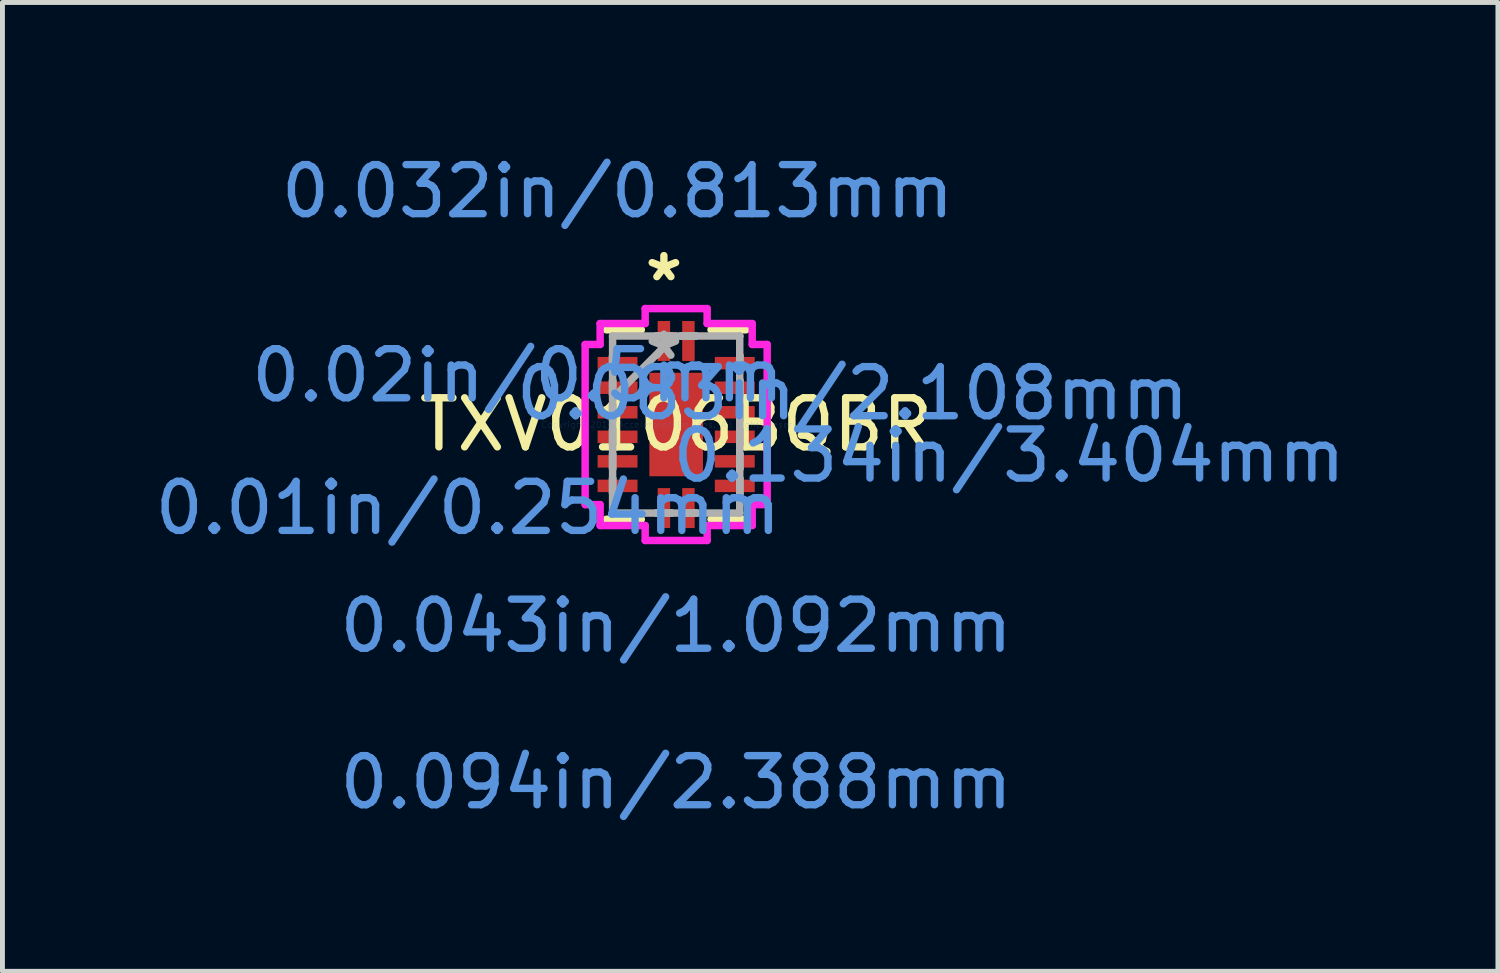
<source format=kicad_pcb>
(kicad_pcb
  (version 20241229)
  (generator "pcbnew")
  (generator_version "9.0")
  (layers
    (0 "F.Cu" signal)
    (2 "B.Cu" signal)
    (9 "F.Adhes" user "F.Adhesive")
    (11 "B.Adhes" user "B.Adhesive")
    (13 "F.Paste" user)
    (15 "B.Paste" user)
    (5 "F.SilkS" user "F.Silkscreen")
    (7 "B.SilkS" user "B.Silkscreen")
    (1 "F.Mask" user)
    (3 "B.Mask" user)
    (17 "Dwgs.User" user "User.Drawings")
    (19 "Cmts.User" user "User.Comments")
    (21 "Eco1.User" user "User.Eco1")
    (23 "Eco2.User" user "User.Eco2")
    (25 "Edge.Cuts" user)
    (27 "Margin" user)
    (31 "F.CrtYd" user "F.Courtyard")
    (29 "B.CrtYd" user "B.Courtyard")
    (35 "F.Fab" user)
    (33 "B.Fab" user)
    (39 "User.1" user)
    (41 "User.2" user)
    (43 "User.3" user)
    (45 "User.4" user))
  (footprint "TXV0106BQBR"
    (layer "F.Cu")
    (at 10.724 5.598)
    (property "Reference" "TXV0106BQBR" (at 0 0 0) (layer "F.SilkS") (effects (font (size 1 1) (thickness 0.15))))
    (attr through_hole)
    (fp_line (start -1.422 1.93) (end -0.71 1.93) (stroke (width 0.152) (type solid)) (layer "F.SilkS"))
    (fp_line (start -0.71 -1.93) (end -1.422 -1.93) (stroke (width 0.152) (type solid)) (layer "F.SilkS"))
    (fp_line (start 0.71 1.93) (end 1.422 1.93) (stroke (width 0.152) (type solid)) (layer "F.SilkS"))
    (fp_line (start 1.422 -1.93) (end 0.71 -1.93) (stroke (width 0.152) (type solid)) (layer "F.SilkS"))
    (fp_line (start -1.854 -1.631) (end -1.549 -1.631) (stroke (width 0.152) (type solid)) (layer "F.CrtYd"))
    (fp_line (start -1.854 1.631) (end -1.854 -1.631) (stroke (width 0.152) (type solid)) (layer "F.CrtYd"))
    (fp_line (start -1.549 -2.057) (end -0.631 -2.057) (stroke (width 0.152) (type solid)) (layer "F.CrtYd"))
    (fp_line (start -1.549 -1.631) (end -1.549 -2.057) (stroke (width 0.152) (type solid)) (layer "F.CrtYd"))
    (fp_line (start -1.549 1.631) (end -1.854 1.631) (stroke (width 0.152) (type solid)) (layer "F.CrtYd"))
    (fp_line (start -1.549 2.057) (end -1.549 1.631) (stroke (width 0.152) (type solid)) (layer "F.CrtYd"))
    (fp_line (start -0.631 -2.362) (end 0.631 -2.362) (stroke (width 0.152) (type solid)) (layer "F.CrtYd"))
    (fp_line (start -0.631 -2.057) (end -0.631 -2.362) (stroke (width 0.152) (type solid)) (layer "F.CrtYd"))
    (fp_line (start -0.631 2.057) (end -1.549 2.057) (stroke (width 0.152) (type solid)) (layer "F.CrtYd"))
    (fp_line (start -0.631 2.362) (end -0.631 2.057) (stroke (width 0.152) (type solid)) (layer "F.CrtYd"))
    (fp_line (start 0.631 -2.362) (end 0.631 -2.057) (stroke (width 0.152) (type solid)) (layer "F.CrtYd"))
    (fp_line (start 0.631 -2.057) (end 1.549 -2.057) (stroke (width 0.152) (type solid)) (layer "F.CrtYd"))
    (fp_line (start 0.631 2.057) (end 0.631 2.362) (stroke (width 0.152) (type solid)) (layer "F.CrtYd"))
    (fp_line (start 0.631 2.362) (end -0.631 2.362) (stroke (width 0.152) (type solid)) (layer "F.CrtYd"))
    (fp_line (start 1.549 -2.057) (end 1.549 -1.631) (stroke (width 0.152) (type solid)) (layer "F.CrtYd"))
    (fp_line (start 1.549 -1.631) (end 1.854 -1.631) (stroke (width 0.152) (type solid)) (layer "F.CrtYd"))
    (fp_line (start 1.549 1.631) (end 1.549 2.057) (stroke (width 0.152) (type solid)) (layer "F.CrtYd"))
    (fp_line (start 1.549 2.057) (end 0.631 2.057) (stroke (width 0.152) (type solid)) (layer "F.CrtYd"))
    (fp_line (start 1.854 -1.631) (end 1.854 1.631) (stroke (width 0.152) (type solid)) (layer "F.CrtYd"))
    (fp_line (start 1.854 1.631) (end 1.549 1.631) (stroke (width 0.152) (type solid)) (layer "F.CrtYd"))
    (fp_line (start -1.295 -1.803) (end -1.295 -1.803) (stroke (width 0.152) (type solid)) (layer "F.Fab"))
    (fp_line (start -1.295 -1.803) (end -1.295 1.803) (stroke (width 0.152) (type solid)) (layer "F.Fab"))
    (fp_line (start -1.295 -1.403) (end -1.295 -1.403) (stroke (width 0.152) (type solid)) (layer "F.Fab"))
    (fp_line (start -1.295 -1.403) (end -1.295 -1.098) (stroke (width 0.152) (type solid)) (layer "F.Fab"))
    (fp_line (start -1.295 -1.098) (end -1.295 -1.403) (stroke (width 0.152) (type solid)) (layer "F.Fab"))
    (fp_line (start -1.295 -1.098) (end -1.295 -1.098) (stroke (width 0.152) (type solid)) (layer "F.Fab"))
    (fp_line (start -1.295 -0.903) (end -1.295 -0.903) (stroke (width 0.152) (type solid)) (layer "F.Fab"))
    (fp_line (start -1.295 -0.903) (end -1.295 -0.598) (stroke (width 0.152) (type solid)) (layer "F.Fab"))
    (fp_line (start -1.295 -0.598) (end -1.295 -0.903) (stroke (width 0.152) (type solid)) (layer "F.Fab"))
    (fp_line (start -1.295 -0.598) (end -1.295 -0.598) (stroke (width 0.152) (type solid)) (layer "F.Fab"))
    (fp_line (start -1.295 -0.533) (end -0.025 -1.803) (stroke (width 0.152) (type solid)) (layer "F.Fab"))
    (fp_line (start -1.295 -0.402) (end -1.295 -0.402) (stroke (width 0.152) (type solid)) (layer "F.Fab"))
    (fp_line (start -1.295 -0.402) (end -1.295 -0.098) (stroke (width 0.152) (type solid)) (layer "F.Fab"))
    (fp_line (start -1.295 -0.098) (end -1.295 -0.402) (stroke (width 0.152) (type solid)) (layer "F.Fab"))
    (fp_line (start -1.295 -0.098) (end -1.295 -0.098) (stroke (width 0.152) (type solid)) (layer "F.Fab"))
    (fp_line (start -1.295 0.098) (end -1.295 0.098) (stroke (width 0.152) (type solid)) (layer "F.Fab"))
    (fp_line (start -1.295 0.098) (end -1.295 0.402) (stroke (width 0.152) (type solid)) (layer "F.Fab"))
    (fp_line (start -1.295 0.402) (end -1.295 0.098) (stroke (width 0.152) (type solid)) (layer "F.Fab"))
    (fp_line (start -1.295 0.402) (end -1.295 0.402) (stroke (width 0.152) (type solid)) (layer "F.Fab"))
    (fp_line (start -1.295 0.598) (end -1.295 0.598) (stroke (width 0.152) (type solid)) (layer "F.Fab"))
    (fp_line (start -1.295 0.598) (end -1.295 0.903) (stroke (width 0.152) (type solid)) (layer "F.Fab"))
    (fp_line (start -1.295 0.903) (end -1.295 0.598) (stroke (width 0.152) (type solid)) (layer "F.Fab"))
    (fp_line (start -1.295 0.903) (end -1.295 0.903) (stroke (width 0.152) (type solid)) (layer "F.Fab"))
    (fp_line (start -1.295 1.098) (end -1.295 1.098) (stroke (width 0.152) (type solid)) (layer "F.Fab"))
    (fp_line (start -1.295 1.098) (end -1.295 1.403) (stroke (width 0.152) (type solid)) (layer "F.Fab"))
    (fp_line (start -1.295 1.403) (end -1.295 1.098) (stroke (width 0.152) (type solid)) (layer "F.Fab"))
    (fp_line (start -1.295 1.403) (end -1.295 1.403) (stroke (width 0.152) (type solid)) (layer "F.Fab"))
    (fp_line (start -1.295 1.803) (end -1.295 1.803) (stroke (width 0.152) (type solid)) (layer "F.Fab"))
    (fp_line (start -1.295 1.803) (end 1.295 1.803) (stroke (width 0.152) (type solid)) (layer "F.Fab"))
    (fp_line (start -0.402 -1.803) (end -0.402 -1.803) (stroke (width 0.152) (type solid)) (layer "F.Fab"))
    (fp_line (start -0.402 -1.803) (end -0.098 -1.803) (stroke (width 0.152) (type solid)) (layer "F.Fab"))
    (fp_line (start -0.402 1.803) (end -0.402 1.803) (stroke (width 0.152) (type solid)) (layer "F.Fab"))
    (fp_line (start -0.402 1.803) (end -0.098 1.803) (stroke (width 0.152) (type solid)) (layer "F.Fab"))
    (fp_line (start -0.098 -1.803) (end -0.402 -1.803) (stroke (width 0.152) (type solid)) (layer "F.Fab"))
    (fp_line (start -0.098 -1.803) (end -0.098 -1.803) (stroke (width 0.152) (type solid)) (layer "F.Fab"))
    (fp_line (start -0.098 1.803) (end -0.402 1.803) (stroke (width 0.152) (type solid)) (layer "F.Fab"))
    (fp_line (start -0.098 1.803) (end -0.098 1.803) (stroke (width 0.152) (type solid)) (layer "F.Fab"))
    (fp_line (start 0.098 -1.803) (end 0.098 -1.803) (stroke (width 0.152) (type solid)) (layer "F.Fab"))
    (fp_line (start 0.098 -1.803) (end 0.402 -1.803) (stroke (width 0.152) (type solid)) (layer "F.Fab"))
    (fp_line (start 0.098 1.803) (end 0.098 1.803) (stroke (width 0.152) (type solid)) (layer "F.Fab"))
    (fp_line (start 0.098 1.803) (end 0.402 1.803) (stroke (width 0.152) (type solid)) (layer "F.Fab"))
    (fp_line (start 0.402 -1.803) (end 0.098 -1.803) (stroke (width 0.152) (type solid)) (layer "F.Fab"))
    (fp_line (start 0.402 -1.803) (end 0.402 -1.803) (stroke (width 0.152) (type solid)) (layer "F.Fab"))
    (fp_line (start 0.402 1.803) (end 0.098 1.803) (stroke (width 0.152) (type solid)) (layer "F.Fab"))
    (fp_line (start 0.402 1.803) (end 0.402 1.803) (stroke (width 0.152) (type solid)) (layer "F.Fab"))
    (fp_line (start 1.295 -1.803) (end -1.295 -1.803) (stroke (width 0.152) (type solid)) (layer "F.Fab"))
    (fp_line (start 1.295 -1.803) (end 1.295 -1.803) (stroke (width 0.152) (type solid)) (layer "F.Fab"))
    (fp_line (start 1.295 -1.403) (end 1.295 -1.403) (stroke (width 0.152) (type solid)) (layer "F.Fab"))
    (fp_line (start 1.295 -1.403) (end 1.295 -1.098) (stroke (width 0.152) (type solid)) (layer "F.Fab"))
    (fp_line (start 1.295 -1.098) (end 1.295 -1.403) (stroke (width 0.152) (type solid)) (layer "F.Fab"))
    (fp_line (start 1.295 -1.098) (end 1.295 -1.098) (stroke (width 0.152) (type solid)) (layer "F.Fab"))
    (fp_line (start 1.295 -0.903) (end 1.295 -0.903) (stroke (width 0.152) (type solid)) (layer "F.Fab"))
    (fp_line (start 1.295 -0.903) (end 1.295 -0.598) (stroke (width 0.152) (type solid)) (layer "F.Fab"))
    (fp_line (start 1.295 -0.598) (end 1.295 -0.903) (stroke (width 0.152) (type solid)) (layer "F.Fab"))
    (fp_line (start 1.295 -0.598) (end 1.295 -0.598) (stroke (width 0.152) (type solid)) (layer "F.Fab"))
    (fp_line (start 1.295 -0.402) (end 1.295 -0.402) (stroke (width 0.152) (type solid)) (layer "F.Fab"))
    (fp_line (start 1.295 -0.402) (end 1.295 -0.098) (stroke (width 0.152) (type solid)) (layer "F.Fab"))
    (fp_line (start 1.295 -0.098) (end 1.295 -0.402) (stroke (width 0.152) (type solid)) (layer "F.Fab"))
    (fp_line (start 1.295 -0.098) (end 1.295 -0.098) (stroke (width 0.152) (type solid)) (layer "F.Fab"))
    (fp_line (start 1.295 0.098) (end 1.295 0.098) (stroke (width 0.152) (type solid)) (layer "F.Fab"))
    (fp_line (start 1.295 0.098) (end 1.295 0.402) (stroke (width 0.152) (type solid)) (layer "F.Fab"))
    (fp_line (start 1.295 0.402) (end 1.295 0.098) (stroke (width 0.152) (type solid)) (layer "F.Fab"))
    (fp_line (start 1.295 0.402) (end 1.295 0.402) (stroke (width 0.152) (type solid)) (layer "F.Fab"))
    (fp_line (start 1.295 0.598) (end 1.295 0.598) (stroke (width 0.152) (type solid)) (layer "F.Fab"))
    (fp_line (start 1.295 0.598) (end 1.295 0.903) (stroke (width 0.152) (type solid)) (layer "F.Fab"))
    (fp_line (start 1.295 0.903) (end 1.295 0.598) (stroke (width 0.152) (type solid)) (layer "F.Fab"))
    (fp_line (start 1.295 0.903) (end 1.295 0.903) (stroke (width 0.152) (type solid)) (layer "F.Fab"))
    (fp_line (start 1.295 1.098) (end 1.295 1.098) (stroke (width 0.152) (type solid)) (layer "F.Fab"))
    (fp_line (start 1.295 1.098) (end 1.295 1.403) (stroke (width 0.152) (type solid)) (layer "F.Fab"))
    (fp_line (start 1.295 1.403) (end 1.295 1.098) (stroke (width 0.152) (type solid)) (layer "F.Fab"))
    (fp_line (start 1.295 1.403) (end 1.295 1.403) (stroke (width 0.152) (type solid)) (layer "F.Fab"))
    (fp_line (start 1.295 1.803) (end 1.295 -1.803) (stroke (width 0.152) (type solid)) (layer "F.Fab"))
    (fp_line (start 1.295 1.803) (end 1.295 1.803) (stroke (width 0.152) (type solid)) (layer "F.Fab"))
    (fp_text user "*" (at -0.25 -2.896 0) (layer "F.SilkS") (effects (font (size 1 1) (thickness 0.15))))
    (fp_text user "0.094in/2.388mm" (at 0 7.29 0) (layer "Cmts.User") (effects (font (size 1 1) (thickness 0.15))))
    (fp_text user "0.083in/2.108mm" (at 3.594 -0.635 0) (layer "Cmts.User") (effects (font (size 1 1) (thickness 0.15))))
    (fp_text user "0.043in/1.092mm" (at 0 4.102 0) (layer "Cmts.User") (effects (font (size 1 1) (thickness 0.15))))
    (fp_text user "0.01in/0.254mm" (at -4.242 1.702 0) (layer "Cmts.User") (effects (font (size 1 1) (thickness 0.15))))
    (fp_text user "Copyright 2016 Accelerated Designs. All rights reserved." (at 0 0 0) (layer "Cmts.User") (effects (font (size 0.127 0.127) (thickness 0.002))))
    (fp_text user "0.134in/3.404mm" (at 6.782 0.635 0) (layer "Cmts.User") (effects (font (size 1 1) (thickness 0.15))))
    (fp_text user "0.032in/0.813mm" (at -1.194 -4.75 0) (layer "Cmts.User") (effects (font (size 1 1) (thickness 0.15))))
    (fp_text user "0.02in/0.5mm" (at -3.226 -1 0) (layer "Cmts.User") (effects (font (size 1 1) (thickness 0.15))))
    (fp_text user "*" (at -0.25 -1.295 0) (layer "F.Fab") (effects (font (size 1 1) (thickness 0.15))))
    (pad "1" smd rect (at -0.25 -1.702) (size 0.254 0.813) (layers "F.Cu" "F.Mask" "F.Paste"))
    (pad "2" smd rect (at -1.194 -1.25 90) (size 0.254 0.813) (layers "F.Cu" "F.Mask" "F.Paste"))
    (pad "3" smd rect (at -1.194 -0.75 90) (size 0.254 0.813) (layers "F.Cu" "F.Mask" "F.Paste"))
    (pad "4" smd rect (at -1.194 -0.25 90) (size 0.254 0.813) (layers "F.Cu" "F.Mask" "F.Paste"))
    (pad "5" smd rect (at -1.194 0.25 90) (size 0.254 0.813) (layers "F.Cu" "F.Mask" "F.Paste"))
    (pad "6" smd rect (at -1.194 0.75 90) (size 0.254 0.813) (layers "F.Cu" "F.Mask" "F.Paste"))
    (pad "7" smd rect (at -1.194 1.25 90) (size 0.254 0.813) (layers "F.Cu" "F.Mask" "F.Paste"))
    (pad "8" smd rect (at -0.25 1.702) (size 0.254 0.813) (layers "F.Cu" "F.Mask" "F.Paste"))
    (pad "9" smd rect (at 0.25 1.702) (size 0.254 0.813) (layers "F.Cu" "F.Mask" "F.Paste"))
    (pad "10" smd rect (at 1.194 1.25 90) (size 0.254 0.813) (layers "F.Cu" "F.Mask" "F.Paste"))
    (pad "11" smd rect (at 1.194 0.75 90) (size 0.254 0.813) (layers "F.Cu" "F.Mask" "F.Paste"))
    (pad "12" smd rect (at 1.194 0.25 90) (size 0.254 0.813) (layers "F.Cu" "F.Mask" "F.Paste"))
    (pad "13" smd rect (at 1.194 -0.25 90) (size 0.254 0.813) (layers "F.Cu" "F.Mask" "F.Paste"))
    (pad "14" smd rect (at 1.194 -0.75 90) (size 0.254 0.813) (layers "F.Cu" "F.Mask" "F.Paste"))
    (pad "15" smd rect (at 1.194 -1.25 90) (size 0.254 0.813) (layers "F.Cu" "F.Mask" "F.Paste"))
    (pad "16" smd rect (at 0.25 -1.702) (size 0.254 0.813) (layers "F.Cu" "F.Mask" "F.Paste"))
    (pad "17" smd rect (at 0 0) (size 1.092 2.108) (layers "F.Cu" "F.Mask" "F.Paste")))
  (gr_rect
    (start -3 -3)
    (end 27.464 16.736)
    (stroke (width 0.1) (type default))
    (fill no)
    (layer "Edge.Cuts")))
</source>
